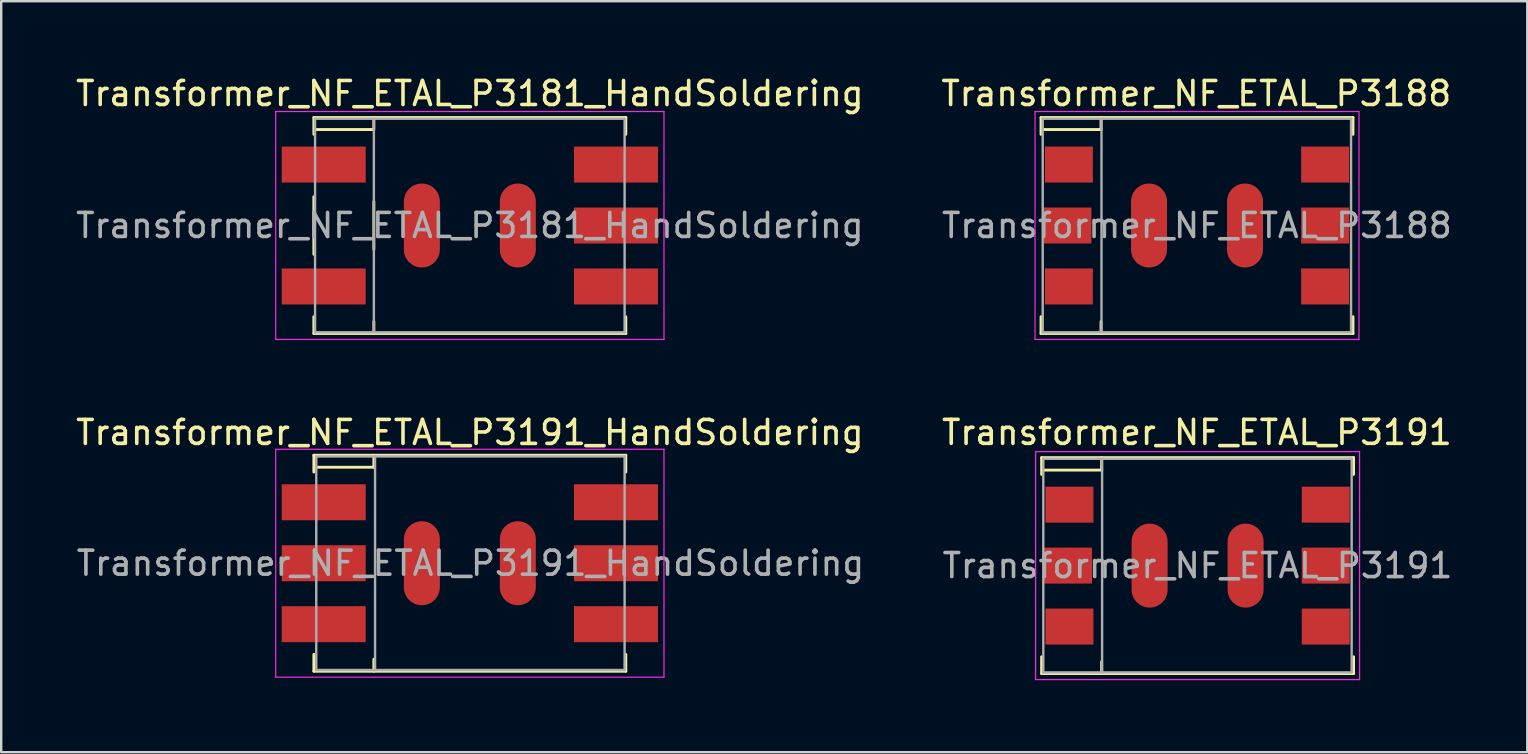
<source format=kicad_pcb>
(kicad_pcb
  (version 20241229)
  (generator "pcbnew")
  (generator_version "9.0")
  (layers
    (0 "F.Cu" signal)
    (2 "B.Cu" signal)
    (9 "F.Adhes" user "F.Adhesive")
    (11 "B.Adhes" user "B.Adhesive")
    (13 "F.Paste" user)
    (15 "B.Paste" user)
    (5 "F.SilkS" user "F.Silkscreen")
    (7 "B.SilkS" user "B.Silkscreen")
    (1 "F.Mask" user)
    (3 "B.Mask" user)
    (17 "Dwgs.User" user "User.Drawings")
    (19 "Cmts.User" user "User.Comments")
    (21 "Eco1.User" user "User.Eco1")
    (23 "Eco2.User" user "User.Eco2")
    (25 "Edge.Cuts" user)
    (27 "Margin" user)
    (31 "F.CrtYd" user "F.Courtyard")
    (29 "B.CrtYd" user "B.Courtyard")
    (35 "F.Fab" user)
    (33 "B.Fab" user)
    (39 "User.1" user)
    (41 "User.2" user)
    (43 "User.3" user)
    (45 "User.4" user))
  (footprint "Transformer_NF_ETAL_P3191"
    (layer "F.Cu")
    (at 46.829 20.521)
    (property "Reference" "Transformer_NF_ETAL_P3191" (at 0 -5.55 0) (layer "F.SilkS") (effects (font (size 1 1) (thickness 0.15))))
    (attr smd)
    (fp_line (start -6.47 -4.5) (end -6.47 -3.8) (stroke (width 0.12) (type solid)) (layer "F.SilkS"))
    (fp_line (start -6.47 3.8) (end -6.47 4.5) (stroke (width 0.12) (type solid)) (layer "F.SilkS"))
    (fp_line (start -6.47 4.5) (end 6.53 4.5) (stroke (width 0.12) (type solid)) (layer "F.SilkS"))
    (fp_line (start -3.97 -4.5) (end -3.97 -4) (stroke (width 0.12) (type solid)) (layer "F.SilkS"))
    (fp_line (start -3.97 4.5) (end -3.97 4) (stroke (width 0.12) (type solid)) (layer "F.SilkS"))
    (fp_line (start -3.96 -3.98) (end -6.39 -3.98) (stroke (width 0.12) (type solid)) (layer "F.SilkS"))
    (fp_line (start 6.53 -4.5) (end -6.47 -4.5) (stroke (width 0.12) (type solid)) (layer "F.SilkS"))
    (fp_line (start 6.53 -4.5) (end 6.53 -3.8) (stroke (width 0.12) (type solid)) (layer "F.SilkS"))
    (fp_line (start 6.53 3.8) (end 6.53 4.5) (stroke (width 0.12) (type solid)) (layer "F.SilkS"))
    (fp_line (start -6.72 -4.75) (end -6.72 4.75) (stroke (width 0.05) (type solid)) (layer "F.CrtYd"))
    (fp_line (start -6.72 -4.75) (end 6.78 -4.75) (stroke (width 0.05) (type solid)) (layer "F.CrtYd"))
    (fp_line (start 6.78 4.75) (end -6.72 4.75) (stroke (width 0.05) (type solid)) (layer "F.CrtYd"))
    (fp_line (start 6.78 4.75) (end 6.78 -4.75) (stroke (width 0.05) (type solid)) (layer "F.CrtYd"))
    (fp_line (start -6.4 -4.45) (end -6.4 4.45) (stroke (width 0.1) (type solid)) (layer "F.Fab"))
    (fp_line (start -6.4 4.45) (end 6.45 4.45) (stroke (width 0.1) (type solid)) (layer "F.Fab"))
    (fp_line (start -3.95 -4.45) (end -3.95 4.45) (stroke (width 0.1) (type solid)) (layer "F.Fab"))
    (fp_line (start 6.45 -4.45) (end -6.4 -4.45) (stroke (width 0.1) (type solid)) (layer "F.Fab"))
    (fp_line (start 6.45 4.45) (end 6.45 -4.45) (stroke (width 0.1) (type solid)) (layer "F.Fab"))
    (fp_text user "${REFERENCE}" (at 0.025 0 0) (layer "F.Fab") (effects (font (size 1 1) (thickness 0.15))))
    (pad "1" smd rect (at -5.31 -2.54) (size 2 1.5) (layers "F.Cu" "F.Mask" "F.Paste"))
    (pad "2" smd rect (at -5.37 0) (size 2 1.5) (layers "F.Cu" "F.Mask" "F.Paste"))
    (pad "2" smd rect (at -5.31 2.54) (size 2 1.5) (layers "F.Cu" "F.Mask" "F.Paste"))
    (pad "3" smd rect (at 5.37 2.54) (size 2 1.5) (layers "F.Cu" "F.Mask" "F.Paste"))
    (pad "4" smd rect (at 5.37 0) (size 2 1.5) (layers "F.Cu" "F.Mask" "F.Paste"))
    (pad "5" smd rect (at 5.37 -2.54) (size 2 1.5) (layers "F.Cu" "F.Mask" "F.Paste"))
    (pad "7" smd oval (at -1.97 0 90) (size 3.5 1.5) (layers "F.Cu" "F.Mask" "F.Paste"))
    (pad "7" smd oval (at 2.03 0 90) (size 3.5 1.5) (layers "F.Cu" "F.Mask" "F.Paste")))
  (footprint "Transformer_NF_ETAL_P3188"
    (layer "F.Cu")
    (at 46.804 6.348)
    (property "Reference" "Transformer_NF_ETAL_P3188" (at 0 -5.5 0) (layer "F.SilkS") (effects (font (size 1 1) (thickness 0.15))))
    (attr smd)
    (fp_line (start -6.47 -4.5) (end -6.47 -3.8) (stroke (width 0.12) (type solid)) (layer "F.SilkS"))
    (fp_line (start -6.47 3.8) (end -6.47 4.5) (stroke (width 0.12) (type solid)) (layer "F.SilkS"))
    (fp_line (start -6.47 4.5) (end 6.53 4.5) (stroke (width 0.12) (type solid)) (layer "F.SilkS"))
    (fp_line (start -3.97 -4.5) (end -3.97 -4) (stroke (width 0.12) (type solid)) (layer "F.SilkS"))
    (fp_line (start -3.97 4.5) (end -3.97 4) (stroke (width 0.12) (type solid)) (layer "F.SilkS"))
    (fp_line (start -3.96 -4) (end -6.39 -4) (stroke (width 0.12) (type solid)) (layer "F.SilkS"))
    (fp_line (start 6.53 -4.5) (end -6.47 -4.5) (stroke (width 0.12) (type solid)) (layer "F.SilkS"))
    (fp_line (start 6.53 -4.5) (end 6.53 -3.8) (stroke (width 0.12) (type solid)) (layer "F.SilkS"))
    (fp_line (start 6.53 3.8) (end 6.53 4.5) (stroke (width 0.12) (type solid)) (layer "F.SilkS"))
    (fp_line (start -6.72 -4.75) (end -6.72 4.75) (stroke (width 0.05) (type solid)) (layer "F.CrtYd"))
    (fp_line (start -6.72 -4.75) (end 6.78 -4.75) (stroke (width 0.05) (type solid)) (layer "F.CrtYd"))
    (fp_line (start 6.78 4.75) (end -6.72 4.75) (stroke (width 0.05) (type solid)) (layer "F.CrtYd"))
    (fp_line (start 6.78 4.75) (end 6.78 -4.75) (stroke (width 0.05) (type solid)) (layer "F.CrtYd"))
    (fp_line (start -6.4 -4.45) (end 6.45 -4.45) (stroke (width 0.1) (type solid)) (layer "F.Fab"))
    (fp_line (start -6.4 4.45) (end -6.4 -4.45) (stroke (width 0.1) (type solid)) (layer "F.Fab"))
    (fp_line (start -3.95 -4.45) (end -3.95 4.45) (stroke (width 0.1) (type solid)) (layer "F.Fab"))
    (fp_line (start 6.45 -4.45) (end 6.45 4.45) (stroke (width 0.1) (type solid)) (layer "F.Fab"))
    (fp_line (start 6.45 4.45) (end -6.4 4.45) (stroke (width 0.1) (type solid)) (layer "F.Fab"))
    (fp_text user "${REFERENCE}" (at 0.025 0 0) (layer "F.Fab") (effects (font (size 1 1) (thickness 0.15))))
    (pad "1" smd rect (at -5.31 -2.54) (size 2 1.5) (layers "F.Cu" "F.Mask" "F.Paste"))
    (pad "2" smd rect (at -5.37 0) (size 2 1.5) (layers "F.Cu" "F.Mask" "F.Paste"))
    (pad "2" smd rect (at -5.31 2.54) (size 2 1.5) (layers "F.Cu" "F.Mask" "F.Paste"))
    (pad "3" smd rect (at 5.37 2.54) (size 2 1.5) (layers "F.Cu" "F.Mask" "F.Paste"))
    (pad "4" smd rect (at 5.37 0) (size 2 1.5) (layers "F.Cu" "F.Mask" "F.Paste"))
    (pad "5" smd rect (at 5.37 -2.54) (size 2 1.5) (layers "F.Cu" "F.Mask" "F.Paste"))
    (pad "7" smd oval (at -1.97 0 90) (size 3.5 1.5) (layers "F.Cu" "F.Mask" "F.Paste"))
    (pad "7" smd oval (at 2.03 0 90) (size 3.5 1.5) (layers "F.Cu" "F.Mask" "F.Paste")))
  (footprint "Transformer_NF_ETAL_P3181_HandSoldering"
    (layer "F.Cu")
    (at 16.53 6.348)
    (property "Reference" "Transformer_NF_ETAL_P3181_HandSoldering" (at 0 -5.5 0) (layer "F.SilkS") (effects (font (size 1 1) (thickness 0.15))))
    (attr smd)
    (fp_line (start -6.5 -4.5) (end -6.5 -3.8) (stroke (width 0.12) (type solid)) (layer "F.SilkS"))
    (fp_line (start -6.5 -1.2) (end -6.5 1.2) (stroke (width 0.12) (type solid)) (layer "F.SilkS"))
    (fp_line (start -6.5 3.8) (end -6.5 4.5) (stroke (width 0.12) (type solid)) (layer "F.SilkS"))
    (fp_line (start -6.5 4.5) (end 6.5 4.5) (stroke (width 0.12) (type solid)) (layer "F.SilkS"))
    (fp_line (start -4.02 -4) (end -6.42 -4) (stroke (width 0.12) (type solid)) (layer "F.SilkS"))
    (fp_line (start -4 -4.5) (end -4 -4) (stroke (width 0.12) (type solid)) (layer "F.SilkS"))
    (fp_line (start -4 -1) (end -4 1) (stroke (width 0.12) (type solid)) (layer "F.SilkS"))
    (fp_line (start -4 4.5) (end -4 4) (stroke (width 0.12) (type solid)) (layer "F.SilkS"))
    (fp_line (start 6.5 -4.5) (end -6.5 -4.5) (stroke (width 0.12) (type solid)) (layer "F.SilkS"))
    (fp_line (start 6.5 -4.5) (end 6.5 -3.8) (stroke (width 0.12) (type solid)) (layer "F.SilkS"))
    (fp_line (start 6.5 3.8) (end 6.5 4.5) (stroke (width 0.12) (type solid)) (layer "F.SilkS"))
    (fp_line (start -8.09 -4.75) (end -8.09 4.75) (stroke (width 0.05) (type solid)) (layer "F.CrtYd"))
    (fp_line (start -8.09 -4.75) (end 8.09 -4.75) (stroke (width 0.05) (type solid)) (layer "F.CrtYd"))
    (fp_line (start 8.09 4.75) (end -8.09 4.75) (stroke (width 0.05) (type solid)) (layer "F.CrtYd"))
    (fp_line (start 8.09 4.75) (end 8.09 -4.75) (stroke (width 0.05) (type solid)) (layer "F.CrtYd"))
    (fp_line (start -6.45 -4.45) (end -6.45 4.45) (stroke (width 0.1) (type solid)) (layer "F.Fab"))
    (fp_line (start -6.45 4.45) (end 6.45 4.45) (stroke (width 0.1) (type solid)) (layer "F.Fab"))
    (fp_line (start -4 -4.45) (end -4 4.45) (stroke (width 0.1) (type solid)) (layer "F.Fab"))
    (fp_line (start 6.45 -4.45) (end -6.45 -4.45) (stroke (width 0.1) (type solid)) (layer "F.Fab"))
    (fp_line (start 6.45 4.45) (end 6.45 -4.45) (stroke (width 0.1) (type solid)) (layer "F.Fab"))
    (fp_text user "${REFERENCE}" (at 0 0 0) (layer "F.Fab") (effects (font (size 1 1) (thickness 0.15))))
    (pad "1" smd rect (at -6.09 -2.54) (size 3.5 1.5) (layers "F.Cu" "F.Mask" "F.Paste"))
    (pad "2" smd rect (at -6.09 2.54) (size 3.5 1.5) (layers "F.Cu" "F.Mask" "F.Paste"))
    (pad "3" smd rect (at 6.09 2.54) (size 3.5 1.5) (layers "F.Cu" "F.Mask" "F.Paste"))
    (pad "4" smd rect (at 6.09 0) (size 3.5 1.5) (layers "F.Cu" "F.Mask" "F.Paste"))
    (pad "5" smd rect (at 6.09 -2.54) (size 3.5 1.5) (layers "F.Cu" "F.Mask" "F.Paste"))
    (pad "7" smd oval (at -2 0 90) (size 3.5 1.5) (layers "F.Cu" "F.Mask" "F.Paste"))
    (pad "7" smd oval (at 2 0 90) (size 3.5 1.5) (layers "F.Cu" "F.Mask" "F.Paste")))
  (footprint "Transformer_NF_ETAL_P3191_HandSoldering"
    (layer "F.Cu")
    (at 16.53 20.422)
    (property "Reference" "Transformer_NF_ETAL_P3191_HandSoldering" (at 0 -5.45 0) (layer "F.SilkS") (effects (font (size 1 1) (thickness 0.15))))
    (attr smd)
    (fp_line (start -6.5 -4.5) (end -6.5 -3.8) (stroke (width 0.12) (type solid)) (layer "F.SilkS"))
    (fp_line (start -6.5 3.8) (end -6.5 4.5) (stroke (width 0.12) (type solid)) (layer "F.SilkS"))
    (fp_line (start -6.5 4.5) (end 6.5 4.5) (stroke (width 0.12) (type solid)) (layer "F.SilkS"))
    (fp_line (start -4 -4.5) (end -4 -4) (stroke (width 0.12) (type solid)) (layer "F.SilkS"))
    (fp_line (start -4 -4) (end -6.42 -4) (stroke (width 0.12) (type solid)) (layer "F.SilkS"))
    (fp_line (start -4 4.5) (end -4 4) (stroke (width 0.12) (type solid)) (layer "F.SilkS"))
    (fp_line (start 6.5 -4.5) (end -6.5 -4.5) (stroke (width 0.12) (type solid)) (layer "F.SilkS"))
    (fp_line (start 6.5 -4.5) (end 6.5 -3.8) (stroke (width 0.12) (type solid)) (layer "F.SilkS"))
    (fp_line (start 6.5 3.8) (end 6.5 4.5) (stroke (width 0.12) (type solid)) (layer "F.SilkS"))
    (fp_line (start -8.09 -4.75) (end -8.09 4.75) (stroke (width 0.05) (type solid)) (layer "F.CrtYd"))
    (fp_line (start -8.09 -4.75) (end 8.09 -4.75) (stroke (width 0.05) (type solid)) (layer "F.CrtYd"))
    (fp_line (start 8.09 4.75) (end -8.09 4.75) (stroke (width 0.05) (type solid)) (layer "F.CrtYd"))
    (fp_line (start 8.09 4.75) (end 8.09 -4.75) (stroke (width 0.05) (type solid)) (layer "F.CrtYd"))
    (fp_line (start -6.4 -4.45) (end -6.4 4.45) (stroke (width 0.1) (type solid)) (layer "F.Fab"))
    (fp_line (start -6.4 4.45) (end 6.45 4.45) (stroke (width 0.1) (type solid)) (layer "F.Fab"))
    (fp_line (start -3.95 -4.45) (end -3.95 4.45) (stroke (width 0.1) (type solid)) (layer "F.Fab"))
    (fp_line (start 6.45 -4.45) (end -6.4 -4.45) (stroke (width 0.1) (type solid)) (layer "F.Fab"))
    (fp_line (start 6.45 4.45) (end 6.45 -4.45) (stroke (width 0.1) (type solid)) (layer "F.Fab"))
    (fp_text user "${REFERENCE}" (at 0.025 0 0) (layer "F.Fab") (effects (font (size 1 1) (thickness 0.15))))
    (pad "1" smd rect (at -6.09 -2.54) (size 3.5 1.5) (layers "F.Cu" "F.Mask" "F.Paste"))
    (pad "2" smd rect (at -6.09 0) (size 3.5 1.5) (layers "F.Cu" "F.Mask" "F.Paste"))
    (pad "2" smd rect (at -6.09 2.54) (size 3.5 1.5) (layers "F.Cu" "F.Mask" "F.Paste"))
    (pad "3" smd rect (at 6.09 2.54) (size 3.5 1.5) (layers "F.Cu" "F.Mask" "F.Paste"))
    (pad "4" smd rect (at 6.09 0) (size 3.5 1.5) (layers "F.Cu" "F.Mask" "F.Paste"))
    (pad "5" smd rect (at 6.09 -2.54) (size 3.5 1.5) (layers "F.Cu" "F.Mask" "F.Paste"))
    (pad "7" smd oval (at -2 0 90) (size 3.5 1.5) (layers "F.Cu" "F.Mask" "F.Paste"))
    (pad "7" smd oval (at 2 0 90) (size 3.5 1.5) (layers "F.Cu" "F.Mask" "F.Paste")))
  (gr_rect
    (start -3 -3)
    (end 60.598 28.297)
    (stroke (width 0.1) (type default))
    (fill no)
    (layer "Edge.Cuts")))
</source>
